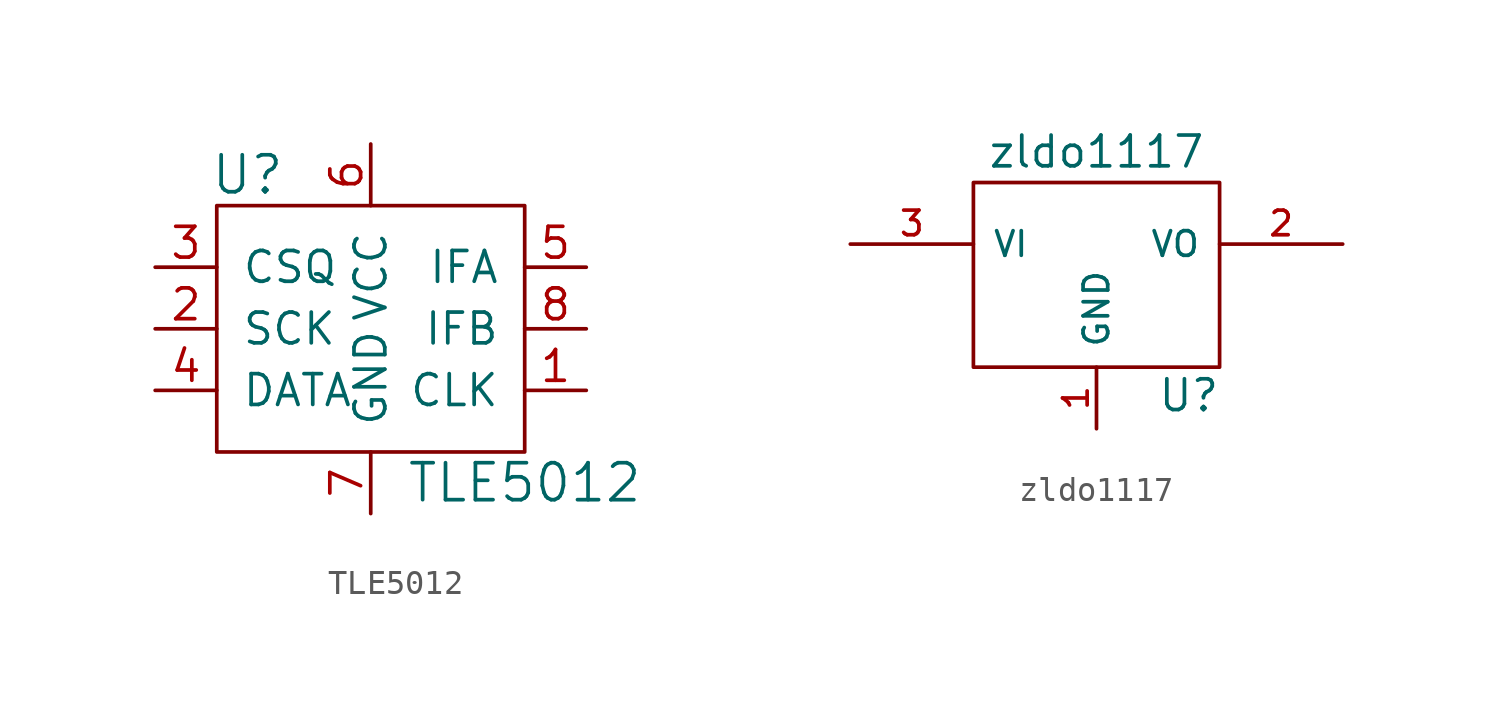
<source format=kicad_sym>
(kicad_symbol_lib
  (version 20211014)
  (generator kicad_symbol_editor)
  (symbol "TLE5012"
    (pin_names
      (offset 1.016))
    (property "Reference" "U"
      (at -5.08 6.35 0)
      (effects (font (size 1.524 1.524))))
    (property "Value" "TLE5012"
      (at 6.35 -6.35 0)
      (effects (font (size 1.524 1.524))))
    (symbol "TLE5012_0_1"
      (rectangle (start -6.35 5.08) (end 6.35 -5.08) (stroke (width 0) (type default) (color 0 0 0 0)) (fill (type none))))
    (symbol "TLE5012_1_1"
      (pin input line (at 8.89 -2.54 180) (length 2.54) (name "CLK" (effects (font (size 1.27 1.27)))) (number "1" (effects (font (size 1.27 1.27)))))
      (pin input line (at -8.89 0 0) (length 2.54) (name "SCK" (effects (font (size 1.27 1.27)))) (number "2" (effects (font (size 1.27 1.27)))))
      (pin input line (at -8.89 2.54 0) (length 2.54) (name "CSQ" (effects (font (size 1.27 1.27)))) (number "3" (effects (font (size 1.27 1.27)))))
      (pin bidirectional line (at -8.89 -2.54 0) (length 2.54) (name "DATA" (effects (font (size 1.27 1.27)))) (number "4" (effects (font (size 1.27 1.27)))))
      (pin output line (at 8.89 2.54 180) (length 2.54) (name "IFA" (effects (font (size 1.27 1.27)))) (number "5" (effects (font (size 1.27 1.27)))))
      (pin power_in line (at 0 7.62 270) (length 2.54) (name "VCC" (effects (font (size 1.27 1.27)))) (number "6" (effects (font (size 1.27 1.27)))))
      (pin power_in line (at 0 -7.62 90) (length 2.54) (name "GND" (effects (font (size 1.27 1.27)))) (number "7" (effects (font (size 1.27 1.27)))))
      (pin output line (at 8.89 0 180) (length 2.54) (name "IFB" (effects (font (size 1.27 1.27)))) (number "8" (effects (font (size 1.27 1.27)))))))
  (symbol "zldo1117"
    (pin_names
      (offset 0.762))
    (property "Reference" "U"
      (at 3.81 -4.978 0)
      (effects (font (size 1.27 1.27))))
    (property "Value" "zldo1117"
      (at 0 5.08 0)
      (effects (font (size 1.27 1.27))))
    (property "Footprint" ""
      (at 0 0 0)
      (effects (font (size 1.27 1.27))))
    (property "Datasheet" ""
      (at 0 0 0)
      (effects (font (size 1.27 1.27))))
    (symbol "zldo1117_0_1"
      (rectangle (start -5.08 -3.81) (end 5.08 3.81) (stroke (width 0) (type default) (color 0 0 0 0)) (fill (type none))))
    (symbol "zldo1117_1_1"
      (pin input line (at 0 -6.35 90) (length 2.54) (name "GND" (effects (font (size 1.016 1.016)))) (number "1" (effects (font (size 1.016 1.016)))))
      (pin power_out line (at 10.16 1.27 180) (length 5.08) (name "VO" (effects (font (size 1.016 1.016)))) (number "2" (effects (font (size 1.016 1.016)))))
      (pin input line (at -10.16 1.27 0) (length 5.08) (name "VI" (effects (font (size 1.016 1.016)))) (number "3" (effects (font (size 1.016 1.016))))))))
</source>
